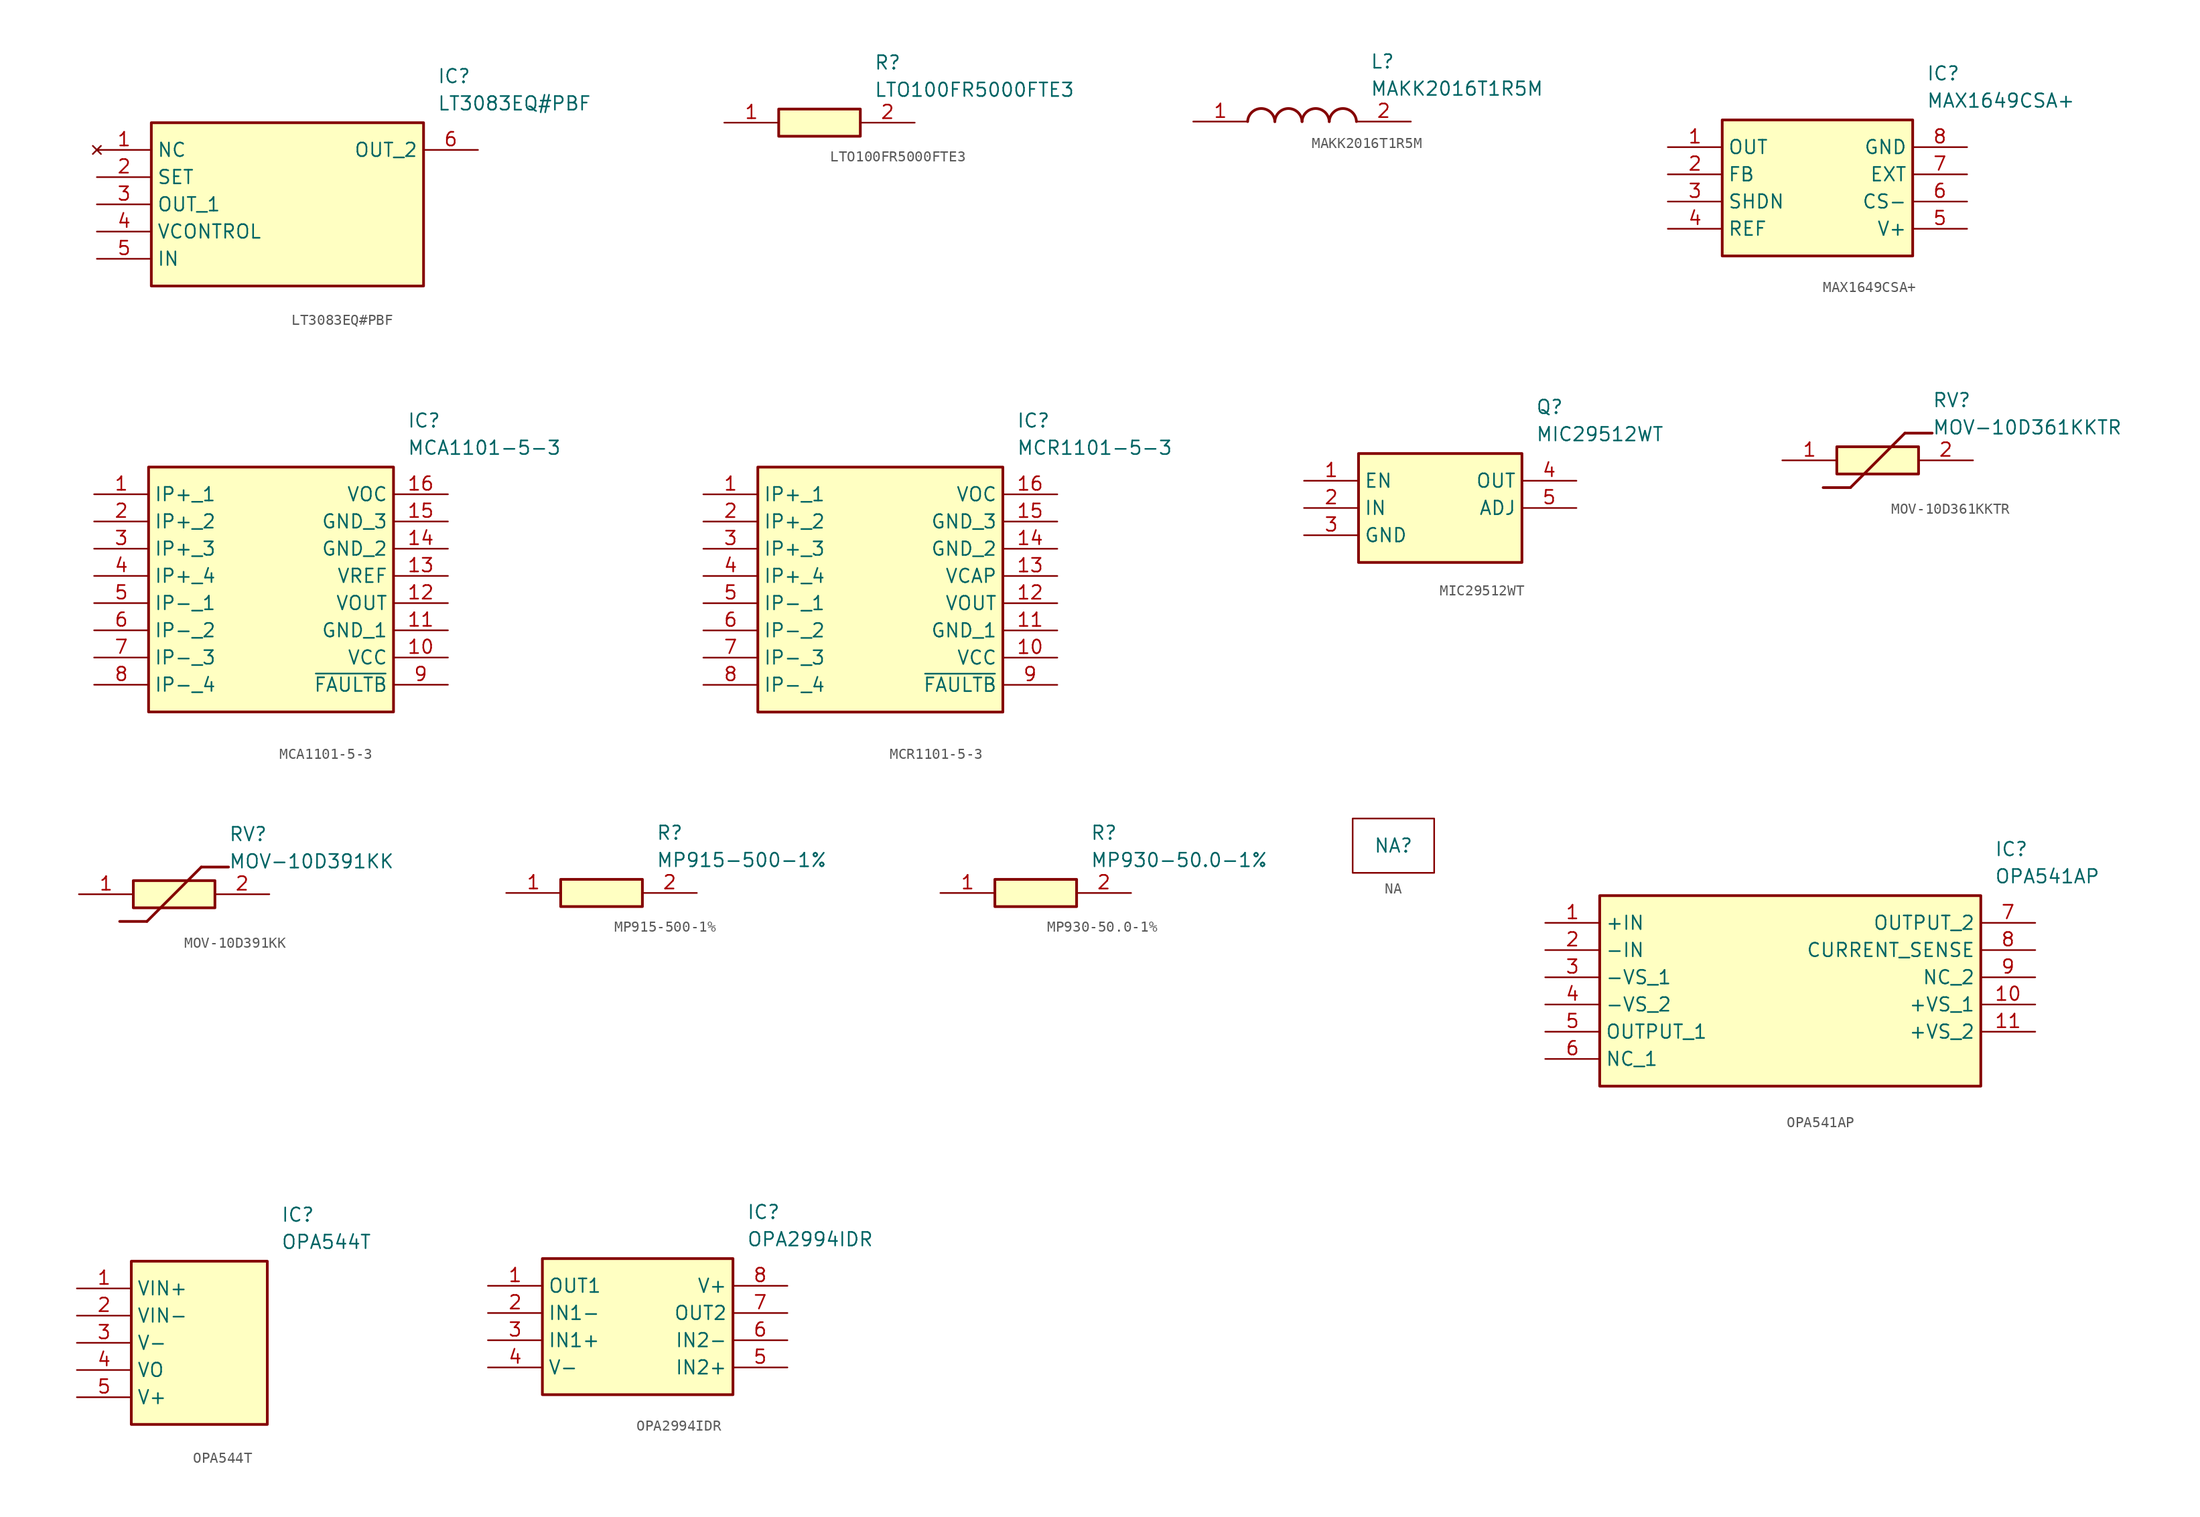
<source format=kicad_sym>
(kicad_symbol_lib
  (version 20241209)
  (generator "kicad_symbol_editor")
  (generator_version "9.0")
  (symbol "LT3083EQ#PBF"
    (property "Reference" "IC"
      (at 31.75 7.62 0)
      (effects (font (size 1.27 1.27)) (justify left top)))
    (property "Value" "LT3083EQ#PBF"
      (at 31.75 5.08 0)
      (effects (font (size 1.27 1.27)) (justify left top)))
    (symbol "LT3083EQ#PBF_1_1"
      (rectangle (start 5.08 2.54) (end 30.48 -12.7) (stroke (width 0.254) (type default)) (fill (type background)))
      (pin no_connect line (at 0 0 0) (length 5.08) (name "NC" (effects (font (size 1.27 1.27)))) (number "1" (effects (font (size 1.27 1.27)))))
      (pin passive line (at 0 -2.54 0) (length 5.08) (name "SET" (effects (font (size 1.27 1.27)))) (number "2" (effects (font (size 1.27 1.27)))))
      (pin passive line (at 0 -5.08 0) (length 5.08) (name "OUT_1" (effects (font (size 1.27 1.27)))) (number "3" (effects (font (size 1.27 1.27)))))
      (pin passive line (at 0 -7.62 0) (length 5.08) (name "VCONTROL" (effects (font (size 1.27 1.27)))) (number "4" (effects (font (size 1.27 1.27)))))
      (pin passive line (at 0 -10.16 0) (length 5.08) (name "IN" (effects (font (size 1.27 1.27)))) (number "5" (effects (font (size 1.27 1.27)))))
      (pin passive line (at 35.56 0 180) (length 5.08) (name "OUT_2" (effects (font (size 1.27 1.27)))) (number "6" (effects (font (size 1.27 1.27)))))))
  (symbol "LTO100FR5000FTE3"
    (pin_names
      (hide yes))
    (property "Reference" "R"
      (at 13.97 6.35 0)
      (effects (font (size 1.27 1.27)) (justify left top)))
    (property "Value" "LTO100FR5000FTE3"
      (at 13.97 3.81 0)
      (effects (font (size 1.27 1.27)) (justify left top)))
    (symbol "LTO100FR5000FTE3_1_1"
      (rectangle (start 5.08 1.27) (end 12.7 -1.27) (stroke (width 0.254) (type default)) (fill (type background)))
      (pin passive line (at 0 0 0) (length 5.08) (name "1" (effects (font (size 1.27 1.27)))) (number "1" (effects (font (size 1.27 1.27)))))
      (pin passive line (at 17.78 0 180) (length 5.08) (name "2" (effects (font (size 1.27 1.27)))) (number "2" (effects (font (size 1.27 1.27)))))))
  (symbol "MAKK2016T1R5M"
    (pin_names
      (hide yes))
    (property "Reference" "L"
      (at 16.51 6.35 0)
      (effects (font (size 1.27 1.27)) (justify left top)))
    (property "Value" "MAKK2016T1R5M"
      (at 16.51 3.81 0)
      (effects (font (size 1.27 1.27)) (justify left top)))
    (symbol "MAKK2016T1R5M_1_1"
      (arc (start 5.08 0) (mid 6.35 1.219) (end 7.62 0) (stroke (width 0.254) (type default)) (fill (type none)))
      (arc (start 7.62 0) (mid 8.89 1.219) (end 10.16 0) (stroke (width 0.254) (type default)) (fill (type none)))
      (arc (start 10.16 0) (mid 11.43 1.219) (end 12.7 0) (stroke (width 0.254) (type default)) (fill (type none)))
      (arc (start 12.7 0) (mid 13.97 1.219) (end 15.24 0) (stroke (width 0.254) (type default)) (fill (type none)))
      (pin passive line (at 0 0 0) (length 5.08) (name "1" (effects (font (size 1.27 1.27)))) (number "1" (effects (font (size 1.27 1.27)))))
      (pin passive line (at 20.32 0 180) (length 5.08) (name "2" (effects (font (size 1.27 1.27)))) (number "2" (effects (font (size 1.27 1.27)))))))
  (symbol "MAX1649CSA+"
    (property "Reference" "IC"
      (at 24.13 7.62 0)
      (effects (font (size 1.27 1.27)) (justify left top)))
    (property "Value" "MAX1649CSA+"
      (at 24.13 5.08 0)
      (effects (font (size 1.27 1.27)) (justify left top)))
    (symbol "MAX1649CSA+_1_1"
      (rectangle (start 5.08 2.54) (end 22.86 -10.16) (stroke (width 0.254) (type default)) (fill (type background)))
      (pin passive line (at 0 0 0) (length 5.08) (name "OUT" (effects (font (size 1.27 1.27)))) (number "1" (effects (font (size 1.27 1.27)))))
      (pin passive line (at 0 -2.54 0) (length 5.08) (name "FB" (effects (font (size 1.27 1.27)))) (number "2" (effects (font (size 1.27 1.27)))))
      (pin passive line (at 0 -5.08 0) (length 5.08) (name "SHDN" (effects (font (size 1.27 1.27)))) (number "3" (effects (font (size 1.27 1.27)))))
      (pin passive line (at 0 -7.62 0) (length 5.08) (name "REF" (effects (font (size 1.27 1.27)))) (number "4" (effects (font (size 1.27 1.27)))))
      (pin passive line (at 27.94 0 180) (length 5.08) (name "GND" (effects (font (size 1.27 1.27)))) (number "8" (effects (font (size 1.27 1.27)))))
      (pin passive line (at 27.94 -2.54 180) (length 5.08) (name "EXT" (effects (font (size 1.27 1.27)))) (number "7" (effects (font (size 1.27 1.27)))))
      (pin passive line (at 27.94 -5.08 180) (length 5.08) (name "CS-" (effects (font (size 1.27 1.27)))) (number "6" (effects (font (size 1.27 1.27)))))
      (pin passive line (at 27.94 -7.62 180) (length 5.08) (name "V+" (effects (font (size 1.27 1.27)))) (number "5" (effects (font (size 1.27 1.27)))))))
  (symbol "MCA1101-5-3"
    (property "Reference" "IC"
      (at 29.21 7.62 0)
      (effects (font (size 1.27 1.27)) (justify left top)))
    (property "Value" "MCA1101-5-3"
      (at 29.21 5.08 0)
      (effects (font (size 1.27 1.27)) (justify left top)))
    (symbol "MCA1101-5-3_1_1"
      (rectangle (start 5.08 2.54) (end 27.94 -20.32) (stroke (width 0.254) (type default)) (fill (type background)))
      (pin passive line (at 0 0 0) (length 5.08) (name "IP+_1" (effects (font (size 1.27 1.27)))) (number "1" (effects (font (size 1.27 1.27)))))
      (pin passive line (at 0 -2.54 0) (length 5.08) (name "IP+_2" (effects (font (size 1.27 1.27)))) (number "2" (effects (font (size 1.27 1.27)))))
      (pin passive line (at 0 -5.08 0) (length 5.08) (name "IP+_3" (effects (font (size 1.27 1.27)))) (number "3" (effects (font (size 1.27 1.27)))))
      (pin passive line (at 0 -7.62 0) (length 5.08) (name "IP+_4" (effects (font (size 1.27 1.27)))) (number "4" (effects (font (size 1.27 1.27)))))
      (pin passive line (at 0 -10.16 0) (length 5.08) (name "IP-_1" (effects (font (size 1.27 1.27)))) (number "5" (effects (font (size 1.27 1.27)))))
      (pin passive line (at 0 -12.7 0) (length 5.08) (name "IP-_2" (effects (font (size 1.27 1.27)))) (number "6" (effects (font (size 1.27 1.27)))))
      (pin passive line (at 0 -15.24 0) (length 5.08) (name "IP-_3" (effects (font (size 1.27 1.27)))) (number "7" (effects (font (size 1.27 1.27)))))
      (pin passive line (at 0 -17.78 0) (length 5.08) (name "IP-_4" (effects (font (size 1.27 1.27)))) (number "8" (effects (font (size 1.27 1.27)))))
      (pin passive line (at 33.02 0 180) (length 5.08) (name "VOC" (effects (font (size 1.27 1.27)))) (number "16" (effects (font (size 1.27 1.27)))))
      (pin passive line (at 33.02 -2.54 180) (length 5.08) (name "GND_3" (effects (font (size 1.27 1.27)))) (number "15" (effects (font (size 1.27 1.27)))))
      (pin passive line (at 33.02 -5.08 180) (length 5.08) (name "GND_2" (effects (font (size 1.27 1.27)))) (number "14" (effects (font (size 1.27 1.27)))))
      (pin passive line (at 33.02 -7.62 180) (length 5.08) (name "VREF" (effects (font (size 1.27 1.27)))) (number "13" (effects (font (size 1.27 1.27)))))
      (pin passive line (at 33.02 -10.16 180) (length 5.08) (name "VOUT" (effects (font (size 1.27 1.27)))) (number "12" (effects (font (size 1.27 1.27)))))
      (pin passive line (at 33.02 -12.7 180) (length 5.08) (name "GND_1" (effects (font (size 1.27 1.27)))) (number "11" (effects (font (size 1.27 1.27)))))
      (pin passive line (at 33.02 -15.24 180) (length 5.08) (name "VCC" (effects (font (size 1.27 1.27)))) (number "10" (effects (font (size 1.27 1.27)))))
      (pin passive line (at 33.02 -17.78 180) (length 5.08) (name "~{FAULTB}" (effects (font (size 1.27 1.27)))) (number "9" (effects (font (size 1.27 1.27)))))))
  (symbol "MCR1101-5-3"
    (property "Reference" "IC"
      (at 29.21 7.62 0)
      (effects (font (size 1.27 1.27)) (justify left top)))
    (property "Value" "MCR1101-5-3"
      (at 29.21 5.08 0)
      (effects (font (size 1.27 1.27)) (justify left top)))
    (symbol "MCR1101-5-3_1_1"
      (rectangle (start 5.08 2.54) (end 27.94 -20.32) (stroke (width 0.254) (type default)) (fill (type background)))
      (pin passive line (at 0 0 0) (length 5.08) (name "IP+_1" (effects (font (size 1.27 1.27)))) (number "1" (effects (font (size 1.27 1.27)))))
      (pin passive line (at 0 -2.54 0) (length 5.08) (name "IP+_2" (effects (font (size 1.27 1.27)))) (number "2" (effects (font (size 1.27 1.27)))))
      (pin passive line (at 0 -5.08 0) (length 5.08) (name "IP+_3" (effects (font (size 1.27 1.27)))) (number "3" (effects (font (size 1.27 1.27)))))
      (pin passive line (at 0 -7.62 0) (length 5.08) (name "IP+_4" (effects (font (size 1.27 1.27)))) (number "4" (effects (font (size 1.27 1.27)))))
      (pin passive line (at 0 -10.16 0) (length 5.08) (name "IP-_1" (effects (font (size 1.27 1.27)))) (number "5" (effects (font (size 1.27 1.27)))))
      (pin passive line (at 0 -12.7 0) (length 5.08) (name "IP-_2" (effects (font (size 1.27 1.27)))) (number "6" (effects (font (size 1.27 1.27)))))
      (pin passive line (at 0 -15.24 0) (length 5.08) (name "IP-_3" (effects (font (size 1.27 1.27)))) (number "7" (effects (font (size 1.27 1.27)))))
      (pin passive line (at 0 -17.78 0) (length 5.08) (name "IP-_4" (effects (font (size 1.27 1.27)))) (number "8" (effects (font (size 1.27 1.27)))))
      (pin passive line (at 33.02 0 180) (length 5.08) (name "VOC" (effects (font (size 1.27 1.27)))) (number "16" (effects (font (size 1.27 1.27)))))
      (pin passive line (at 33.02 -2.54 180) (length 5.08) (name "GND_3" (effects (font (size 1.27 1.27)))) (number "15" (effects (font (size 1.27 1.27)))))
      (pin passive line (at 33.02 -5.08 180) (length 5.08) (name "GND_2" (effects (font (size 1.27 1.27)))) (number "14" (effects (font (size 1.27 1.27)))))
      (pin passive line (at 33.02 -7.62 180) (length 5.08) (name "VCAP" (effects (font (size 1.27 1.27)))) (number "13" (effects (font (size 1.27 1.27)))))
      (pin passive line (at 33.02 -10.16 180) (length 5.08) (name "VOUT" (effects (font (size 1.27 1.27)))) (number "12" (effects (font (size 1.27 1.27)))))
      (pin passive line (at 33.02 -12.7 180) (length 5.08) (name "GND_1" (effects (font (size 1.27 1.27)))) (number "11" (effects (font (size 1.27 1.27)))))
      (pin passive line (at 33.02 -15.24 180) (length 5.08) (name "VCC" (effects (font (size 1.27 1.27)))) (number "10" (effects (font (size 1.27 1.27)))))
      (pin passive line (at 33.02 -17.78 180) (length 5.08) (name "~{FAULTB}" (effects (font (size 1.27 1.27)))) (number "9" (effects (font (size 1.27 1.27)))))))
  (symbol "MIC29512WT"
    (property "Reference" "Q"
      (at 21.59 7.62 0)
      (effects (font (size 1.27 1.27)) (justify left top)))
    (property "Value" "MIC29512WT"
      (at 21.59 5.08 0)
      (effects (font (size 1.27 1.27)) (justify left top)))
    (symbol "MIC29512WT_1_1"
      (rectangle (start 5.08 2.54) (end 20.32 -7.62) (stroke (width 0.254) (type default)) (fill (type background)))
      (pin passive line (at 0 0 0) (length 5.08) (name "EN" (effects (font (size 1.27 1.27)))) (number "1" (effects (font (size 1.27 1.27)))))
      (pin passive line (at 0 -2.54 0) (length 5.08) (name "IN" (effects (font (size 1.27 1.27)))) (number "2" (effects (font (size 1.27 1.27)))))
      (pin passive line (at 0 -5.08 0) (length 5.08) (name "GND" (effects (font (size 1.27 1.27)))) (number "3" (effects (font (size 1.27 1.27)))))
      (pin passive line (at 25.4 0 180) (length 5.08) (name "OUT" (effects (font (size 1.27 1.27)))) (number "4" (effects (font (size 1.27 1.27)))))
      (pin passive line (at 25.4 -2.54 180) (length 5.08) (name "ADJ" (effects (font (size 1.27 1.27)))) (number "5" (effects (font (size 1.27 1.27)))))))
  (symbol "MOV-10D361KKTR"
    (pin_names
      (hide yes))
    (property "Reference" "RV"
      (at 13.97 6.35 0)
      (effects (font (size 1.27 1.27)) (justify left top)))
    (property "Value" "MOV-10D361KKTR"
      (at 13.97 3.81 0)
      (effects (font (size 1.27 1.27)) (justify left top)))
    (symbol "MOV-10D361KKTR_1_1"
      (polyline (pts (xy 3.81 -2.54) (xy 6.35 -2.54)) (stroke (width 0.254) (type default)) (fill (type none)))
      (rectangle (start 5.08 1.27) (end 12.7 -1.27) (stroke (width 0.254) (type default)) (fill (type background)))
      (polyline (pts (xy 11.43 2.54) (xy 6.35 -2.54)) (stroke (width 0.254) (type default)) (fill (type none)))
      (polyline (pts (xy 11.43 2.54) (xy 13.97 2.54)) (stroke (width 0.254) (type default)) (fill (type none)))
      (pin passive line (at 0 0 0) (length 5.08) (name "1" (effects (font (size 1.27 1.27)))) (number "1" (effects (font (size 1.27 1.27)))))
      (pin passive line (at 17.78 0 180) (length 5.08) (name "2" (effects (font (size 1.27 1.27)))) (number "2" (effects (font (size 1.27 1.27)))))))
  (symbol "MOV-10D391KK"
    (pin_names
      (hide yes))
    (property "Reference" "RV"
      (at 13.97 6.35 0)
      (effects (font (size 1.27 1.27)) (justify left top)))
    (property "Value" "MOV-10D391KK"
      (at 13.97 3.81 0)
      (effects (font (size 1.27 1.27)) (justify left top)))
    (symbol "MOV-10D391KK_1_1"
      (polyline (pts (xy 3.81 -2.54) (xy 6.35 -2.54)) (stroke (width 0.254) (type default)) (fill (type none)))
      (rectangle (start 5.08 1.27) (end 12.7 -1.27) (stroke (width 0.254) (type default)) (fill (type background)))
      (polyline (pts (xy 11.43 2.54) (xy 6.35 -2.54)) (stroke (width 0.254) (type default)) (fill (type none)))
      (polyline (pts (xy 11.43 2.54) (xy 13.97 2.54)) (stroke (width 0.254) (type default)) (fill (type none)))
      (pin passive line (at 0 0 0) (length 5.08) (name "1" (effects (font (size 1.27 1.27)))) (number "1" (effects (font (size 1.27 1.27)))))
      (pin passive line (at 17.78 0 180) (length 5.08) (name "2" (effects (font (size 1.27 1.27)))) (number "2" (effects (font (size 1.27 1.27)))))))
  (symbol "MP915-500-1%"
    (pin_names
      (hide yes))
    (property "Reference" "R"
      (at 13.97 6.35 0)
      (effects (font (size 1.27 1.27)) (justify left top)))
    (property "Value" "MP915-500-1%"
      (at 13.97 3.81 0)
      (effects (font (size 1.27 1.27)) (justify left top)))
    (symbol "MP915-500-1%_1_1"
      (rectangle (start 5.08 1.27) (end 12.7 -1.27) (stroke (width 0.254) (type default)) (fill (type background)))
      (pin passive line (at 0 0 0) (length 5.08) (name "1" (effects (font (size 1.27 1.27)))) (number "1" (effects (font (size 1.27 1.27)))))
      (pin passive line (at 17.78 0 180) (length 5.08) (name "2" (effects (font (size 1.27 1.27)))) (number "2" (effects (font (size 1.27 1.27)))))))
  (symbol "MP930-50.0-1%"
    (pin_names
      (hide yes))
    (property "Reference" "R"
      (at 13.97 6.35 0)
      (effects (font (size 1.27 1.27)) (justify left top)))
    (property "Value" "MP930-50.0-1%"
      (at 13.97 3.81 0)
      (effects (font (size 1.27 1.27)) (justify left top)))
    (symbol "MP930-50.0-1%_1_1"
      (rectangle (start 5.08 1.27) (end 12.7 -1.27) (stroke (width 0.254) (type default)) (fill (type background)))
      (pin passive line (at 0 0 0) (length 5.08) (name "1" (effects (font (size 1.27 1.27)))) (number "1" (effects (font (size 1.27 1.27)))))
      (pin passive line (at 17.78 0 180) (length 5.08) (name "2" (effects (font (size 1.27 1.27)))) (number "2" (effects (font (size 1.27 1.27)))))))
  (symbol "NA"
    (property "Reference" "NA"
      (at 0 0 0)
      (effects (font (size 1.27 1.27))))
    (property "Value" ""
      (at 0 0 0)
      (effects (font (size 1.27 1.27))))
    (symbol "NA_0_1"
      (rectangle (start -3.81 2.54) (end 3.81 -2.54) (stroke (width 0) (type default)) (fill (type none)))))
  (symbol "OPA541AP"
    (property "Reference" "IC"
      (at 41.91 7.62 0)
      (effects (font (size 1.27 1.27)) (justify left top)))
    (property "Value" "OPA541AP"
      (at 41.91 5.08 0)
      (effects (font (size 1.27 1.27)) (justify left top)))
    (symbol "OPA541AP_1_1"
      (rectangle (start 5.08 2.54) (end 40.64 -15.24) (stroke (width 0.254) (type default)) (fill (type background)))
      (pin passive line (at 0 0 0) (length 5.08) (name "+IN" (effects (font (size 1.27 1.27)))) (number "1" (effects (font (size 1.27 1.27)))))
      (pin passive line (at 0 -2.54 0) (length 5.08) (name "-IN" (effects (font (size 1.27 1.27)))) (number "2" (effects (font (size 1.27 1.27)))))
      (pin passive line (at 0 -5.08 0) (length 5.08) (name "-VS_1" (effects (font (size 1.27 1.27)))) (number "3" (effects (font (size 1.27 1.27)))))
      (pin passive line (at 0 -7.62 0) (length 5.08) (name "-VS_2" (effects (font (size 1.27 1.27)))) (number "4" (effects (font (size 1.27 1.27)))))
      (pin passive line (at 0 -10.16 0) (length 5.08) (name "OUTPUT_1" (effects (font (size 1.27 1.27)))) (number "5" (effects (font (size 1.27 1.27)))))
      (pin passive line (at 0 -12.7 0) (length 5.08) (name "NC_1" (effects (font (size 1.27 1.27)))) (number "6" (effects (font (size 1.27 1.27)))))
      (pin passive line (at 45.72 0 180) (length 5.08) (name "OUTPUT_2" (effects (font (size 1.27 1.27)))) (number "7" (effects (font (size 1.27 1.27)))))
      (pin passive line (at 45.72 -2.54 180) (length 5.08) (name "CURRENT_SENSE" (effects (font (size 1.27 1.27)))) (number "8" (effects (font (size 1.27 1.27)))))
      (pin passive line (at 45.72 -5.08 180) (length 5.08) (name "NC_2" (effects (font (size 1.27 1.27)))) (number "9" (effects (font (size 1.27 1.27)))))
      (pin passive line (at 45.72 -7.62 180) (length 5.08) (name "+VS_1" (effects (font (size 1.27 1.27)))) (number "10" (effects (font (size 1.27 1.27)))))
      (pin passive line (at 45.72 -10.16 180) (length 5.08) (name "+VS_2" (effects (font (size 1.27 1.27)))) (number "11" (effects (font (size 1.27 1.27)))))))
  (symbol "OPA544T"
    (property "Reference" "IC"
      (at 19.05 7.62 0)
      (effects (font (size 1.27 1.27)) (justify left top)))
    (property "Value" "OPA544T"
      (at 19.05 5.08 0)
      (effects (font (size 1.27 1.27)) (justify left top)))
    (symbol "OPA544T_1_1"
      (rectangle (start 5.08 2.54) (end 17.78 -12.7) (stroke (width 0.254) (type default)) (fill (type background)))
      (pin passive line (at 0 0 0) (length 5.08) (name "VIN+" (effects (font (size 1.27 1.27)))) (number "1" (effects (font (size 1.27 1.27)))))
      (pin passive line (at 0 -2.54 0) (length 5.08) (name "VIN-" (effects (font (size 1.27 1.27)))) (number "2" (effects (font (size 1.27 1.27)))))
      (pin passive line (at 0 -5.08 0) (length 5.08) (name "V-" (effects (font (size 1.27 1.27)))) (number "3" (effects (font (size 1.27 1.27)))))
      (pin passive line (at 0 -7.62 0) (length 5.08) (name "VO" (effects (font (size 1.27 1.27)))) (number "4" (effects (font (size 1.27 1.27)))))
      (pin passive line (at 0 -10.16 0) (length 5.08) (name "V+" (effects (font (size 1.27 1.27)))) (number "5" (effects (font (size 1.27 1.27)))))))
  (symbol "OPA2994IDR"
    (property "Reference" "IC"
      (at 24.13 7.62 0)
      (effects (font (size 1.27 1.27)) (justify left top)))
    (property "Value" "OPA2994IDR"
      (at 24.13 5.08 0)
      (effects (font (size 1.27 1.27)) (justify left top)))
    (symbol "OPA2994IDR_1_1"
      (rectangle (start 5.08 2.54) (end 22.86 -10.16) (stroke (width 0.254) (type default)) (fill (type background)))
      (pin passive line (at 0 0 0) (length 5.08) (name "OUT1" (effects (font (size 1.27 1.27)))) (number "1" (effects (font (size 1.27 1.27)))))
      (pin passive line (at 0 -2.54 0) (length 5.08) (name "IN1-" (effects (font (size 1.27 1.27)))) (number "2" (effects (font (size 1.27 1.27)))))
      (pin passive line (at 0 -5.08 0) (length 5.08) (name "IN1+" (effects (font (size 1.27 1.27)))) (number "3" (effects (font (size 1.27 1.27)))))
      (pin passive line (at 0 -7.62 0) (length 5.08) (name "V-" (effects (font (size 1.27 1.27)))) (number "4" (effects (font (size 1.27 1.27)))))
      (pin passive line (at 27.94 0 180) (length 5.08) (name "V+" (effects (font (size 1.27 1.27)))) (number "8" (effects (font (size 1.27 1.27)))))
      (pin passive line (at 27.94 -2.54 180) (length 5.08) (name "OUT2" (effects (font (size 1.27 1.27)))) (number "7" (effects (font (size 1.27 1.27)))))
      (pin passive line (at 27.94 -5.08 180) (length 5.08) (name "IN2-" (effects (font (size 1.27 1.27)))) (number "6" (effects (font (size 1.27 1.27)))))
      (pin passive line (at 27.94 -7.62 180) (length 5.08) (name "IN2+" (effects (font (size 1.27 1.27)))) (number "5" (effects (font (size 1.27 1.27))))))))
</source>
